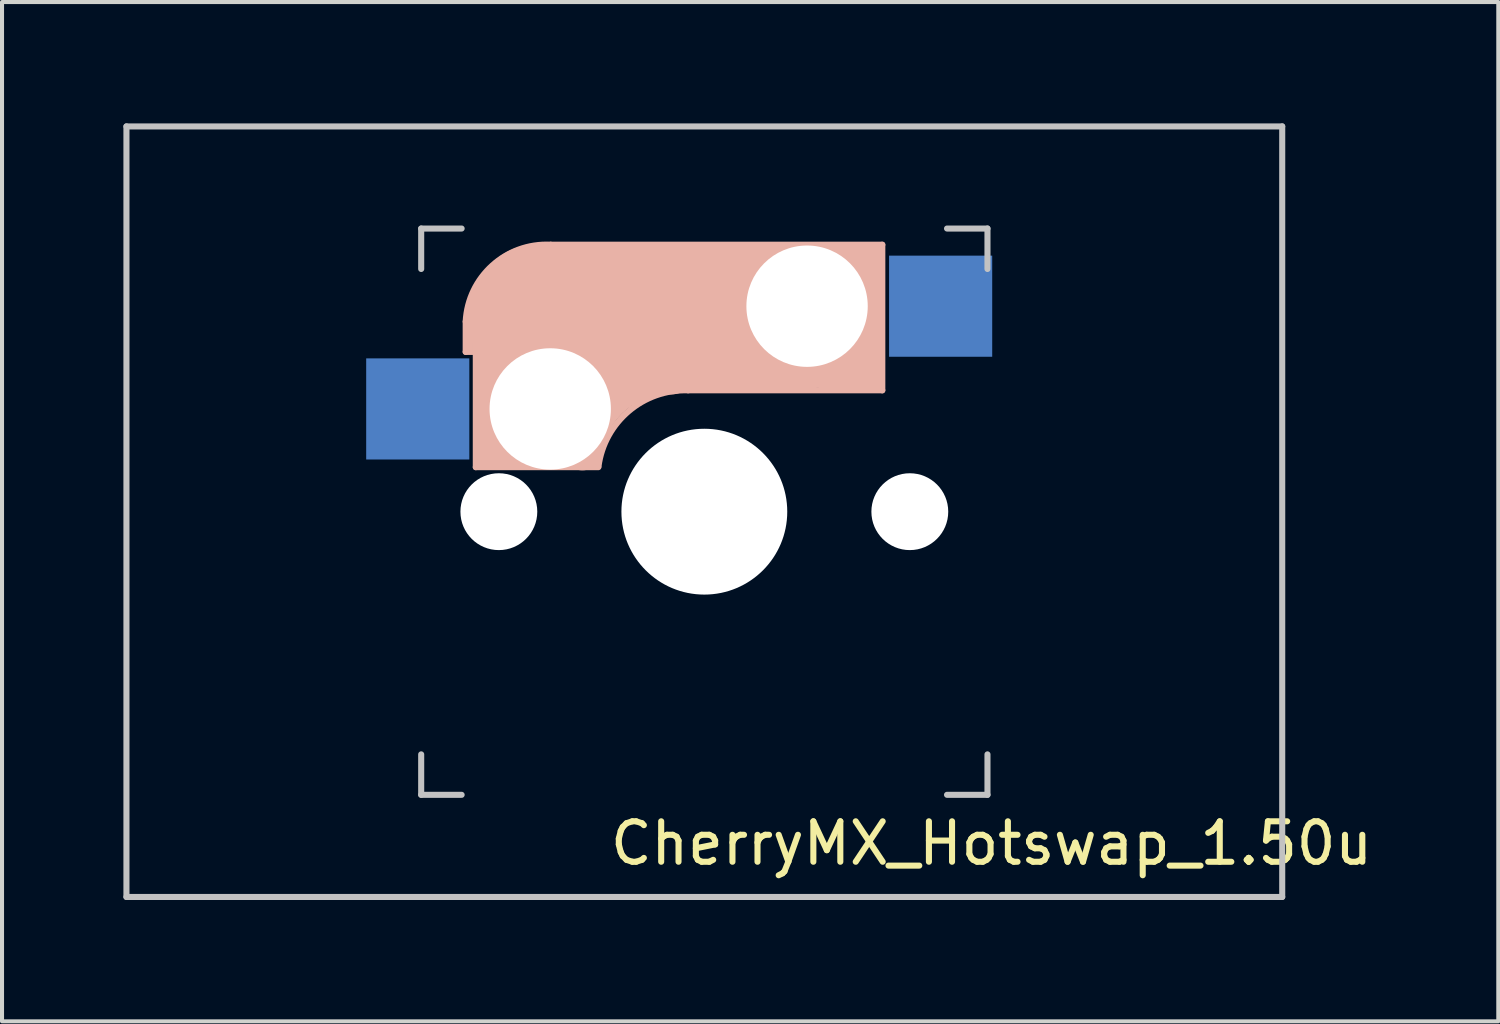
<source format=kicad_pcb>
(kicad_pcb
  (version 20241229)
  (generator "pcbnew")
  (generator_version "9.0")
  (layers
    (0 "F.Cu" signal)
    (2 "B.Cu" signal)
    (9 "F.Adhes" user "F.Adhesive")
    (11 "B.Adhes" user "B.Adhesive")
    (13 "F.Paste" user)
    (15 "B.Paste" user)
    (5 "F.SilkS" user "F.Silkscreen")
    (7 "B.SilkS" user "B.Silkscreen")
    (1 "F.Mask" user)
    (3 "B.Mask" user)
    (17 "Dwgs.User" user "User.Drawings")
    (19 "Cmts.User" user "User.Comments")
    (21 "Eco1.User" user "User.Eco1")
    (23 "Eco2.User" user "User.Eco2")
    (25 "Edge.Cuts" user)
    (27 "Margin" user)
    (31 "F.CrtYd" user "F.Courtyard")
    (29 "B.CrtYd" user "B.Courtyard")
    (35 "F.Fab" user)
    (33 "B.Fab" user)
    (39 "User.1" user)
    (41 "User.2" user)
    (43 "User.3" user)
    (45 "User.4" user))
  (footprint "CherryMX_Hotswap_1.50u"
    (layer "F.Cu")
    (at 14.363 9.6)
    (property "Reference" "CherryMX_Hotswap_1.50u" (at 7.1 8.2 0) (layer "F.SilkS") (effects (font (size 1 1) (thickness 0.15))))
    (attr through_hole)
    (fp_line (start -5.9 -4.7) (end -5.9 -3.95) (stroke (width 0.15) (type solid)) (layer "B.SilkS"))
    (fp_line (start -5.9 -3.95) (end -5.7 -3.95) (stroke (width 0.15) (type solid)) (layer "B.SilkS"))
    (fp_line (start -5.8 -4.05) (end -5.8 -4.7) (stroke (width 0.3) (type solid)) (layer "B.SilkS"))
    (fp_line (start -5.65 -5.55) (end -5.65 -1.1) (stroke (width 0.15) (type solid)) (layer "B.SilkS"))
    (fp_line (start -5.65 -1.1) (end -2.62 -1.1) (stroke (width 0.15) (type solid)) (layer "B.SilkS"))
    (fp_line (start -5.45 -1.3) (end -3 -1.3) (stroke (width 0.5) (type solid)) (layer "B.SilkS"))
    (fp_line (start -5.3 -1.6) (end -5.3 -3.4) (stroke (width 0.8) (type solid)) (layer "B.SilkS"))
    (fp_line (start -4.17 -5.1) (end -4.17 -2.86) (stroke (width 3) (type solid)) (layer "B.SilkS"))
    (fp_line (start -0.4 -3) (end 4.4 -3) (stroke (width 0.15) (type solid)) (layer "B.SilkS"))
    (fp_line (start 2.6 -4.8) (end -4.1 -4.8) (stroke (width 3.5) (type solid)) (layer "B.SilkS"))
    (fp_line (start 3.9 -6) (end 3.9 -3.5) (stroke (width 1) (type solid)) (layer "B.SilkS"))
    (fp_line (start 4.2 -3.25) (end 2.9 -3.3) (stroke (width 0.5) (type solid)) (layer "B.SilkS"))
    (fp_line (start 4.25 -6.4) (end 3 -6.4) (stroke (width 0.4) (type solid)) (layer "B.SilkS"))
    (fp_line (start 4.38 -4) (end 4.38 -6.25) (stroke (width 0.15) (type solid)) (layer "B.SilkS"))
    (fp_line (start 4.4 -6.6) (end -3.8 -6.6) (stroke (width 0.15) (type solid)) (layer "B.SilkS"))
    (fp_line (start 4.4 -3) (end 4.4 -6.6) (stroke (width 0.15) (type solid)) (layer "B.SilkS"))
    (fp_arc (start -5.9 -4.699999) (mid -5.243504 -6.084924) (end -3.800001 -6.6) (stroke (width 0.15) (type solid)) (layer "B.SilkS"))
    (fp_arc (start -3.016318 -1.521471) (mid -2.268709 -2.886118) (end -0.8 -3.4) (stroke (width 1) (type solid)) (layer "B.SilkS"))
    (fp_arc (start -2.616318 -1.121471) (mid -1.868709 -2.486118) (end -0.4 -3) (stroke (width 0.15) (type solid)) (layer "B.SilkS"))
    (fp_line (start -14.287 -9.525) (end 14.287 -9.525) (stroke (width 0.15) (type solid)) (layer "Dwgs.User"))
    (fp_line (start -14.287 9.525) (end -14.287 -9.525) (stroke (width 0.15) (type solid)) (layer "Dwgs.User"))
    (fp_line (start -7 -7) (end -6 -7) (stroke (width 0.15) (type solid)) (layer "Dwgs.User"))
    (fp_line (start -7 -6) (end -7 -7) (stroke (width 0.15) (type solid)) (layer "Dwgs.User"))
    (fp_line (start -7 6) (end -7 7) (stroke (width 0.15) (type solid)) (layer "Dwgs.User"))
    (fp_line (start -7 7) (end -6 7) (stroke (width 0.15) (type solid)) (layer "Dwgs.User"))
    (fp_line (start 6 7) (end 7 7) (stroke (width 0.15) (type solid)) (layer "Dwgs.User"))
    (fp_line (start 7 -7) (end 6 -7) (stroke (width 0.15) (type solid)) (layer "Dwgs.User"))
    (fp_line (start 7 -7) (end 7 -6) (stroke (width 0.15) (type solid)) (layer "Dwgs.User"))
    (fp_line (start 7 7) (end 7 6) (stroke (width 0.15) (type solid)) (layer "Dwgs.User"))
    (fp_line (start 14.287 -9.525) (end 14.287 9.525) (stroke (width 0.15) (type solid)) (layer "Dwgs.User"))
    (fp_line (start 14.287 9.525) (end -14.287 9.525) (stroke (width 0.15) (type solid)) (layer "Dwgs.User"))
    (pad "" np_thru_hole circle (at -5.08 0) (size 1.9 1.9) (drill 1.9) (layers "*.Cu" "*.Mask"))
    (pad "" np_thru_hole circle (at -3.81 -2.54) (size 3 3) (drill 3) (layers "*.Cu" "*.Mask"))
    (pad "" np_thru_hole circle (at 0 0 90) (size 4.1 4.1) (drill 4.1) (layers "*.Cu" "*.Mask"))
    (pad "" np_thru_hole circle (at 2.54 -5.08) (size 3 3) (drill 3) (layers "*.Cu" "*.Mask"))
    (pad "" np_thru_hole circle (at 5.08 0) (size 1.9 1.9) (drill 1.9) (layers "*.Cu" "*.Mask"))
    (pad "1" smd rect (at -7.085 -2.54 180) (size 2.55 2.5) (layers "B.Cu" "B.Mask" "B.Paste"))
    (pad "2" smd rect (at 5.842 -5.08 180) (size 2.55 2.5) (layers "B.Cu" "B.Mask" "B.Paste")))
  (gr_rect
    (start -3 -3)
    (end 33.992 22.2)
    (stroke (width 0.1) (type default))
    (fill no)
    (layer "Edge.Cuts")))
</source>
